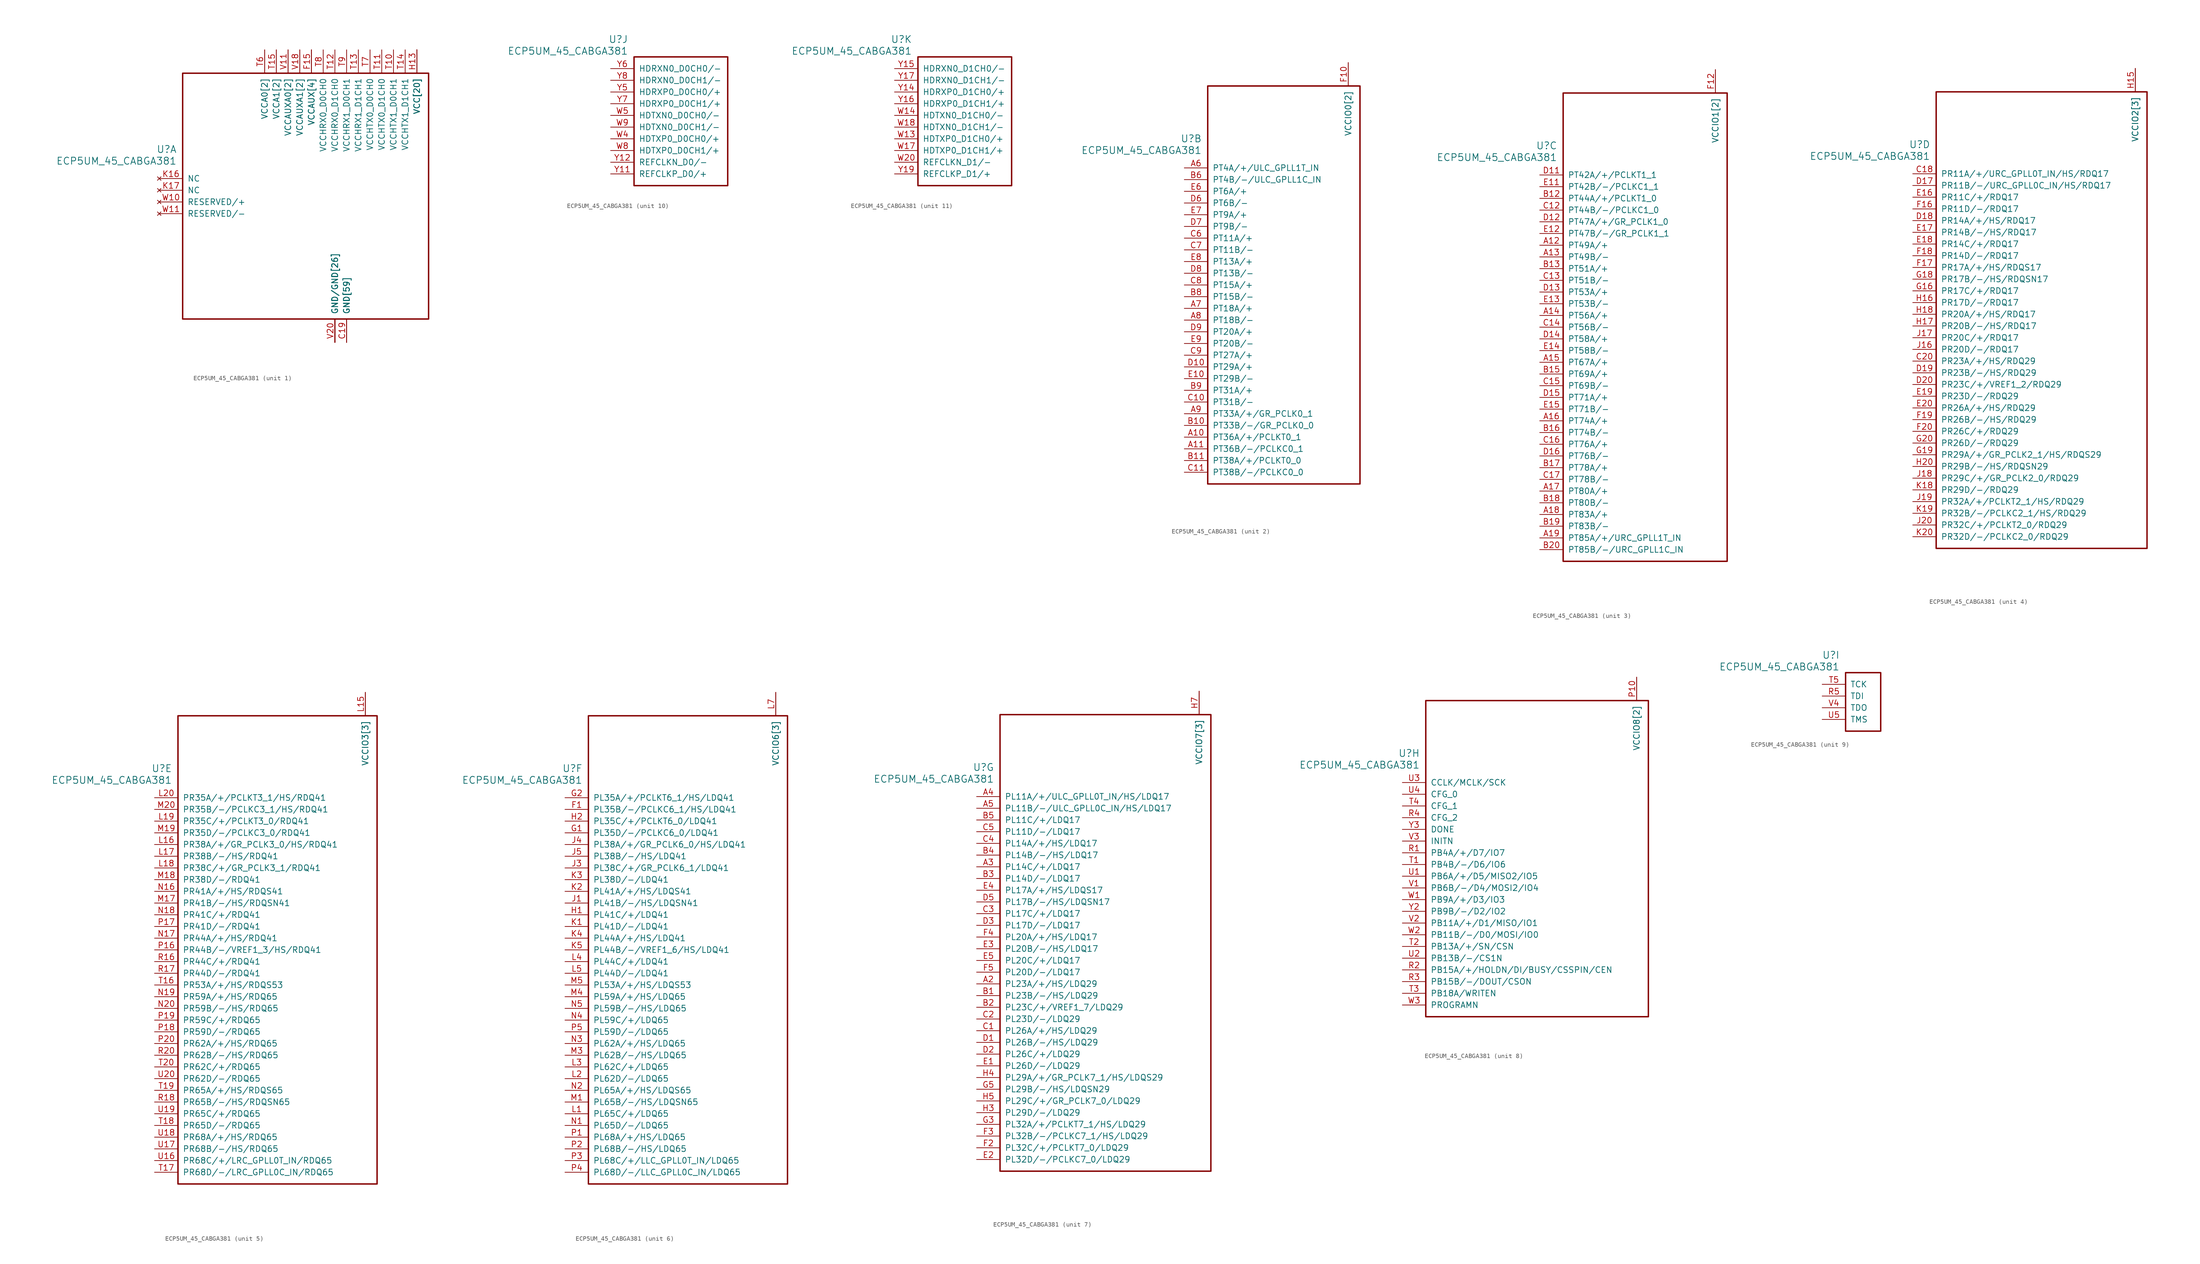
<source format=kicad_sym>
(kicad_symbol_lib
  (version 20241209)
  (generator "kicad_symbol_editor")
  (generator_version "9.0")
  (symbol "ECP5UM_45_CABGA381"
    (pin_names
      (offset 1.016))
    (property "Reference" "U"
      (at 3.81 6.35 0)
      (effects (font (size 1.524 1.524)) (justify right)))
    (property "Value" "ECP5UM_45_CABGA381"
      (at 3.81 3.81 0)
      (effects (font (size 1.524 1.524)) (justify right)))
    (property "ki_locked" ""
      (at 0 0 0)
      (effects (font (size 1.27 1.27))))
    (symbol "ECP5UM_45_CABGA381_1_1"
      (rectangle (start 5.08 22.86) (end 58.42 -30.48) (stroke (width 0.305) (type solid)) (fill (type none)))
      (pin no_connect line (at 0 0 0) (length 5.08) (name "NC" (effects (font (size 1.27 1.27)))) (number "K16" (effects (font (size 1.27 1.27)))))
      (pin no_connect line (at 0 -2.54 0) (length 5.08) (name "NC" (effects (font (size 1.27 1.27)))) (number "K17" (effects (font (size 1.27 1.27)))))
      (pin no_connect line (at 0 -5.08 0) (length 5.08) (name "RESERVED/+" (effects (font (size 1.27 1.27)))) (number "W10" (effects (font (size 1.27 1.27)))))
      (pin no_connect line (at 0 -7.62 0) (length 5.08) (name "RESERVED/-" (effects (font (size 1.27 1.27)))) (number "W11" (effects (font (size 1.27 1.27)))))
      (pin power_in line (at 22.86 27.94 270) (length 5.08) (name "VCCA0[2]" (effects (font (size 1.27 1.27)))) (number "T6" (effects (font (size 1.27 1.27)))))
      (pin power_in line (at 22.86 27.94 270) (length 5.08) (name "VCCA0[2]" (effects (font (size 1.27 1.27)))) (number "U6" (effects (font (size 0 0)))))
      (pin power_in line (at 25.4 27.94 270) (length 5.08) (name "VCCA1[2]" (effects (font (size 1.27 1.27)))) (number "T15" (effects (font (size 1.27 1.27)))))
      (pin power_in line (at 25.4 27.94 270) (length 5.08) (name "VCCA1[2]" (effects (font (size 1.27 1.27)))) (number "U15" (effects (font (size 0 0)))))
      (pin power_in line (at 27.94 27.94 270) (length 5.08) (name "VCCAUXA0[2]" (effects (font (size 1.27 1.27)))) (number "V10" (effects (font (size 0 0)))))
      (pin power_in line (at 27.94 27.94 270) (length 5.08) (name "VCCAUXA0[2]" (effects (font (size 1.27 1.27)))) (number "V11" (effects (font (size 1.27 1.27)))))
      (pin power_in line (at 30.48 27.94 270) (length 5.08) (name "VCCAUXA1[2]" (effects (font (size 1.27 1.27)))) (number "V17" (effects (font (size 0 0)))))
      (pin power_in line (at 30.48 27.94 270) (length 5.08) (name "VCCAUXA1[2]" (effects (font (size 1.27 1.27)))) (number "V18" (effects (font (size 1.27 1.27)))))
      (pin power_in line (at 33.02 27.94 270) (length 5.08) (name "VCCAUX[4]" (effects (font (size 1.27 1.27)))) (number "F15" (effects (font (size 1.27 1.27)))))
      (pin power_in line (at 33.02 27.94 270) (length 5.08) (name "VCCAUX[4]" (effects (font (size 1.27 1.27)))) (number "F6" (effects (font (size 0 0)))))
      (pin power_in line (at 33.02 27.94 270) (length 5.08) (name "VCCAUX[4]" (effects (font (size 1.27 1.27)))) (number "P15" (effects (font (size 0 0)))))
      (pin power_in line (at 33.02 27.94 270) (length 5.08) (name "VCCAUX[4]" (effects (font (size 1.27 1.27)))) (number "P6" (effects (font (size 0 0)))))
      (pin power_in line (at 35.56 27.94 270) (length 5.08) (name "VCCHRX0_D0CH0" (effects (font (size 1.27 1.27)))) (number "T8" (effects (font (size 1.27 1.27)))))
      (pin power_in line (at 38.1 27.94 270) (length 5.08) (name "VCCHRX0_D1CH0" (effects (font (size 1.27 1.27)))) (number "T12" (effects (font (size 1.27 1.27)))))
      (pin power_in line (at 38.1 -35.56 90) (length 5.08) (name "GND/GND[26]" (effects (font (size 1.27 1.27)))) (number "U10" (effects (font (size 0 0)))))
      (pin power_in line (at 38.1 -35.56 90) (length 5.08) (name "GND/GND[26]" (effects (font (size 1.27 1.27)))) (number "U11" (effects (font (size 0 0)))))
      (pin power_in line (at 38.1 -35.56 90) (length 5.08) (name "GND/GND[26]" (effects (font (size 1.27 1.27)))) (number "U12" (effects (font (size 0 0)))))
      (pin power_in line (at 38.1 -35.56 90) (length 5.08) (name "GND/GND[26]" (effects (font (size 1.27 1.27)))) (number "U13" (effects (font (size 0 0)))))
      (pin power_in line (at 38.1 -35.56 90) (length 5.08) (name "GND/GND[26]" (effects (font (size 1.27 1.27)))) (number "U14" (effects (font (size 0 0)))))
      (pin power_in line (at 38.1 -35.56 90) (length 5.08) (name "GND/GND[26]" (effects (font (size 1.27 1.27)))) (number "U7" (effects (font (size 0 0)))))
      (pin power_in line (at 38.1 -35.56 90) (length 5.08) (name "GND/GND[26]" (effects (font (size 1.27 1.27)))) (number "U8" (effects (font (size 0 0)))))
      (pin power_in line (at 38.1 -35.56 90) (length 5.08) (name "GND/GND[26]" (effects (font (size 1.27 1.27)))) (number "U9" (effects (font (size 0 0)))))
      (pin power_in line (at 38.1 -35.56 90) (length 5.08) (name "GND/GND[26]" (effects (font (size 1.27 1.27)))) (number "V12" (effects (font (size 0 0)))))
      (pin power_in line (at 38.1 -35.56 90) (length 5.08) (name "GND/GND[26]" (effects (font (size 1.27 1.27)))) (number "V13" (effects (font (size 0 0)))))
      (pin power_in line (at 38.1 -35.56 90) (length 5.08) (name "GND/GND[26]" (effects (font (size 1.27 1.27)))) (number "V14" (effects (font (size 0 0)))))
      (pin power_in line (at 38.1 -35.56 90) (length 5.08) (name "GND/GND[26]" (effects (font (size 1.27 1.27)))) (number "V15" (effects (font (size 0 0)))))
      (pin power_in line (at 38.1 -35.56 90) (length 5.08) (name "GND/GND[26]" (effects (font (size 1.27 1.27)))) (number "V16" (effects (font (size 0 0)))))
      (pin power_in line (at 38.1 -35.56 90) (length 5.08) (name "GND/GND[26]" (effects (font (size 1.27 1.27)))) (number "V19" (effects (font (size 0 0)))))
      (pin power_in line (at 38.1 -35.56 90) (length 5.08) (name "GND/GND[26]" (effects (font (size 1.27 1.27)))) (number "V20" (effects (font (size 1.27 1.27)))))
      (pin power_in line (at 38.1 -35.56 90) (length 5.08) (name "GND/GND[26]" (effects (font (size 1.27 1.27)))) (number "V5" (effects (font (size 0 0)))))
      (pin power_in line (at 38.1 -35.56 90) (length 5.08) (name "GND/GND[26]" (effects (font (size 1.27 1.27)))) (number "V6" (effects (font (size 0 0)))))
      (pin power_in line (at 38.1 -35.56 90) (length 5.08) (name "GND/GND[26]" (effects (font (size 1.27 1.27)))) (number "V7" (effects (font (size 0 0)))))
      (pin power_in line (at 38.1 -35.56 90) (length 5.08) (name "GND/GND[26]" (effects (font (size 1.27 1.27)))) (number "V8" (effects (font (size 0 0)))))
      (pin power_in line (at 38.1 -35.56 90) (length 5.08) (name "GND/GND[26]" (effects (font (size 1.27 1.27)))) (number "V9" (effects (font (size 0 0)))))
      (pin power_in line (at 38.1 -35.56 90) (length 5.08) (name "GND/GND[26]" (effects (font (size 1.27 1.27)))) (number "W12" (effects (font (size 0 0)))))
      (pin power_in line (at 38.1 -35.56 90) (length 5.08) (name "GND/GND[26]" (effects (font (size 1.27 1.27)))) (number "W15" (effects (font (size 0 0)))))
      (pin power_in line (at 38.1 -35.56 90) (length 5.08) (name "GND/GND[26]" (effects (font (size 1.27 1.27)))) (number "W16" (effects (font (size 0 0)))))
      (pin power_in line (at 38.1 -35.56 90) (length 5.08) (name "GND/GND[26]" (effects (font (size 1.27 1.27)))) (number "W19" (effects (font (size 0 0)))))
      (pin power_in line (at 38.1 -35.56 90) (length 5.08) (name "GND/GND[26]" (effects (font (size 1.27 1.27)))) (number "W6" (effects (font (size 0 0)))))
      (pin power_in line (at 38.1 -35.56 90) (length 5.08) (name "GND/GND[26]" (effects (font (size 1.27 1.27)))) (number "W7" (effects (font (size 0 0)))))
      (pin power_in line (at 40.64 27.94 270) (length 5.08) (name "VCCHRX1_D0CH1" (effects (font (size 1.27 1.27)))) (number "T9" (effects (font (size 1.27 1.27)))))
      (pin power_in line (at 40.64 -35.56 90) (length 5.08) (name "GND[59]" (effects (font (size 1.27 1.27)))) (number "B14" (effects (font (size 0 0)))))
      (pin power_in line (at 40.64 -35.56 90) (length 5.08) (name "GND[59]" (effects (font (size 1.27 1.27)))) (number "B7" (effects (font (size 0 0)))))
      (pin power_in line (at 40.64 -35.56 90) (length 5.08) (name "GND[59]" (effects (font (size 1.27 1.27)))) (number "C19" (effects (font (size 1.27 1.27)))))
      (pin power_in line (at 40.64 -35.56 90) (length 5.08) (name "GND[59]" (effects (font (size 1.27 1.27)))) (number "D4" (effects (font (size 0 0)))))
      (pin power_in line (at 40.64 -35.56 90) (length 5.08) (name "GND[59]" (effects (font (size 1.27 1.27)))) (number "F13" (effects (font (size 0 0)))))
      (pin power_in line (at 40.64 -35.56 90) (length 5.08) (name "GND[59]" (effects (font (size 1.27 1.27)))) (number "F14" (effects (font (size 0 0)))))
      (pin power_in line (at 40.64 -35.56 90) (length 5.08) (name "GND[59]" (effects (font (size 1.27 1.27)))) (number "F7" (effects (font (size 0 0)))))
      (pin power_in line (at 40.64 -35.56 90) (length 5.08) (name "GND[59]" (effects (font (size 1.27 1.27)))) (number "F8" (effects (font (size 0 0)))))
      (pin power_in line (at 40.64 -35.56 90) (length 5.08) (name "GND[59]" (effects (font (size 1.27 1.27)))) (number "G10" (effects (font (size 0 0)))))
      (pin power_in line (at 40.64 -35.56 90) (length 5.08) (name "GND[59]" (effects (font (size 1.27 1.27)))) (number "G11" (effects (font (size 0 0)))))
      (pin power_in line (at 40.64 -35.56 90) (length 5.08) (name "GND[59]" (effects (font (size 1.27 1.27)))) (number "G12" (effects (font (size 0 0)))))
      (pin power_in line (at 40.64 -35.56 90) (length 5.08) (name "GND[59]" (effects (font (size 1.27 1.27)))) (number "G13" (effects (font (size 0 0)))))
      (pin power_in line (at 40.64 -35.56 90) (length 5.08) (name "GND[59]" (effects (font (size 1.27 1.27)))) (number "G14" (effects (font (size 0 0)))))
      (pin power_in line (at 40.64 -35.56 90) (length 5.08) (name "GND[59]" (effects (font (size 1.27 1.27)))) (number "G15" (effects (font (size 0 0)))))
      (pin power_in line (at 40.64 -35.56 90) (length 5.08) (name "GND[59]" (effects (font (size 1.27 1.27)))) (number "G17" (effects (font (size 0 0)))))
      (pin power_in line (at 40.64 -35.56 90) (length 5.08) (name "GND[59]" (effects (font (size 1.27 1.27)))) (number "G4" (effects (font (size 0 0)))))
      (pin power_in line (at 40.64 -35.56 90) (length 5.08) (name "GND[59]" (effects (font (size 1.27 1.27)))) (number "G6" (effects (font (size 0 0)))))
      (pin power_in line (at 40.64 -35.56 90) (length 5.08) (name "GND[59]" (effects (font (size 1.27 1.27)))) (number "G7" (effects (font (size 0 0)))))
      (pin power_in line (at 40.64 -35.56 90) (length 5.08) (name "GND[59]" (effects (font (size 1.27 1.27)))) (number "G8" (effects (font (size 0 0)))))
      (pin power_in line (at 40.64 -35.56 90) (length 5.08) (name "GND[59]" (effects (font (size 1.27 1.27)))) (number "G9" (effects (font (size 0 0)))))
      (pin power_in line (at 40.64 -35.56 90) (length 5.08) (name "GND[59]" (effects (font (size 1.27 1.27)))) (number "H19" (effects (font (size 0 0)))))
      (pin power_in line (at 40.64 -35.56 90) (length 5.08) (name "GND[59]" (effects (font (size 1.27 1.27)))) (number "J10" (effects (font (size 0 0)))))
      (pin power_in line (at 40.64 -35.56 90) (length 5.08) (name "GND[59]" (effects (font (size 1.27 1.27)))) (number "J11" (effects (font (size 0 0)))))
      (pin power_in line (at 40.64 -35.56 90) (length 5.08) (name "GND[59]" (effects (font (size 1.27 1.27)))) (number "J12" (effects (font (size 0 0)))))
      (pin power_in line (at 40.64 -35.56 90) (length 5.08) (name "GND[59]" (effects (font (size 1.27 1.27)))) (number "J14" (effects (font (size 0 0)))))
      (pin power_in line (at 40.64 -35.56 90) (length 5.08) (name "GND[59]" (effects (font (size 1.27 1.27)))) (number "J2" (effects (font (size 0 0)))))
      (pin power_in line (at 40.64 -35.56 90) (length 5.08) (name "GND[59]" (effects (font (size 1.27 1.27)))) (number "J7" (effects (font (size 0 0)))))
      (pin power_in line (at 40.64 -35.56 90) (length 5.08) (name "GND[59]" (effects (font (size 1.27 1.27)))) (number "J9" (effects (font (size 0 0)))))
      (pin power_in line (at 40.64 -35.56 90) (length 5.08) (name "GND[59]" (effects (font (size 1.27 1.27)))) (number "K10" (effects (font (size 0 0)))))
      (pin power_in line (at 40.64 -35.56 90) (length 5.08) (name "GND[59]" (effects (font (size 1.27 1.27)))) (number "K11" (effects (font (size 0 0)))))
      (pin power_in line (at 40.64 -35.56 90) (length 5.08) (name "GND[59]" (effects (font (size 1.27 1.27)))) (number "K12" (effects (font (size 0 0)))))
      (pin power_in line (at 40.64 -35.56 90) (length 5.08) (name "GND[59]" (effects (font (size 1.27 1.27)))) (number "K14" (effects (font (size 0 0)))))
      (pin power_in line (at 40.64 -35.56 90) (length 5.08) (name "GND[59]" (effects (font (size 1.27 1.27)))) (number "K15" (effects (font (size 0 0)))))
      (pin power_in line (at 40.64 -35.56 90) (length 5.08) (name "GND[59]" (effects (font (size 1.27 1.27)))) (number "K6" (effects (font (size 0 0)))))
      (pin power_in line (at 40.64 -35.56 90) (length 5.08) (name "GND[59]" (effects (font (size 1.27 1.27)))) (number "K7" (effects (font (size 0 0)))))
      (pin power_in line (at 40.64 -35.56 90) (length 5.08) (name "GND[59]" (effects (font (size 1.27 1.27)))) (number "K9" (effects (font (size 0 0)))))
      (pin power_in line (at 40.64 -35.56 90) (length 5.08) (name "GND[59]" (effects (font (size 1.27 1.27)))) (number "L10" (effects (font (size 0 0)))))
      (pin power_in line (at 40.64 -35.56 90) (length 5.08) (name "GND[59]" (effects (font (size 1.27 1.27)))) (number "L11" (effects (font (size 0 0)))))
      (pin power_in line (at 40.64 -35.56 90) (length 5.08) (name "GND[59]" (effects (font (size 1.27 1.27)))) (number "L12" (effects (font (size 0 0)))))
      (pin power_in line (at 40.64 -35.56 90) (length 5.08) (name "GND[59]" (effects (font (size 1.27 1.27)))) (number "L9" (effects (font (size 0 0)))))
      (pin power_in line (at 40.64 -35.56 90) (length 5.08) (name "GND[59]" (effects (font (size 1.27 1.27)))) (number "M10" (effects (font (size 0 0)))))
      (pin power_in line (at 40.64 -35.56 90) (length 5.08) (name "GND[59]" (effects (font (size 1.27 1.27)))) (number "M11" (effects (font (size 0 0)))))
      (pin power_in line (at 40.64 -35.56 90) (length 5.08) (name "GND[59]" (effects (font (size 1.27 1.27)))) (number "M12" (effects (font (size 0 0)))))
      (pin power_in line (at 40.64 -35.56 90) (length 5.08) (name "GND[59]" (effects (font (size 1.27 1.27)))) (number "M14" (effects (font (size 0 0)))))
      (pin power_in line (at 40.64 -35.56 90) (length 5.08) (name "GND[59]" (effects (font (size 1.27 1.27)))) (number "M16" (effects (font (size 0 0)))))
      (pin power_in line (at 40.64 -35.56 90) (length 5.08) (name "GND[59]" (effects (font (size 1.27 1.27)))) (number "M2" (effects (font (size 0 0)))))
      (pin power_in line (at 40.64 -35.56 90) (length 5.08) (name "GND[59]" (effects (font (size 1.27 1.27)))) (number "M7" (effects (font (size 0 0)))))
      (pin power_in line (at 40.64 -35.56 90) (length 5.08) (name "GND[59]" (effects (font (size 1.27 1.27)))) (number "M9" (effects (font (size 0 0)))))
      (pin power_in line (at 40.64 -35.56 90) (length 5.08) (name "GND[59]" (effects (font (size 1.27 1.27)))) (number "N14" (effects (font (size 0 0)))))
      (pin power_in line (at 40.64 -35.56 90) (length 5.08) (name "GND[59]" (effects (font (size 1.27 1.27)))) (number "N15" (effects (font (size 0 0)))))
      (pin power_in line (at 40.64 -35.56 90) (length 5.08) (name "GND[59]" (effects (font (size 1.27 1.27)))) (number "N6" (effects (font (size 0 0)))))
      (pin power_in line (at 40.64 -35.56 90) (length 5.08) (name "GND[59]" (effects (font (size 1.27 1.27)))) (number "N7" (effects (font (size 0 0)))))
      (pin power_in line (at 40.64 -35.56 90) (length 5.08) (name "GND[59]" (effects (font (size 1.27 1.27)))) (number "P11" (effects (font (size 0 0)))))
      (pin power_in line (at 40.64 -35.56 90) (length 5.08) (name "GND[59]" (effects (font (size 1.27 1.27)))) (number "P12" (effects (font (size 0 0)))))
      (pin power_in line (at 40.64 -35.56 90) (length 5.08) (name "GND[59]" (effects (font (size 1.27 1.27)))) (number "P13" (effects (font (size 0 0)))))
      (pin power_in line (at 40.64 -35.56 90) (length 5.08) (name "GND[59]" (effects (font (size 1.27 1.27)))) (number "P14" (effects (font (size 0 0)))))
      (pin power_in line (at 40.64 -35.56 90) (length 5.08) (name "GND[59]" (effects (font (size 1.27 1.27)))) (number "P7" (effects (font (size 0 0)))))
      (pin power_in line (at 40.64 -35.56 90) (length 5.08) (name "GND[59]" (effects (font (size 1.27 1.27)))) (number "P8" (effects (font (size 0 0)))))
      (pin power_in line (at 40.64 -35.56 90) (length 5.08) (name "GND[59]" (effects (font (size 1.27 1.27)))) (number "R19" (effects (font (size 0 0)))))
      (pin power_in line (at 43.18 27.94 270) (length 5.08) (name "VCCHRX1_D1CH1" (effects (font (size 1.27 1.27)))) (number "T13" (effects (font (size 1.27 1.27)))))
      (pin power_in line (at 45.72 27.94 270) (length 5.08) (name "VCCHTX0_D0CH0" (effects (font (size 1.27 1.27)))) (number "T7" (effects (font (size 1.27 1.27)))))
      (pin power_in line (at 48.26 27.94 270) (length 5.08) (name "VCCHTX0_D1CH0" (effects (font (size 1.27 1.27)))) (number "T11" (effects (font (size 1.27 1.27)))))
      (pin power_in line (at 50.8 27.94 270) (length 5.08) (name "VCCHTX1_D0CH1" (effects (font (size 1.27 1.27)))) (number "T10" (effects (font (size 1.27 1.27)))))
      (pin power_in line (at 53.34 27.94 270) (length 5.08) (name "VCCHTX1_D1CH1" (effects (font (size 1.27 1.27)))) (number "T14" (effects (font (size 1.27 1.27)))))
      (pin power_in line (at 55.88 27.94 270) (length 5.08) (name "VCC[20]" (effects (font (size 1.27 1.27)))) (number "H10" (effects (font (size 0 0)))))
      (pin power_in line (at 55.88 27.94 270) (length 5.08) (name "VCC[20]" (effects (font (size 1.27 1.27)))) (number "H11" (effects (font (size 0 0)))))
      (pin power_in line (at 55.88 27.94 270) (length 5.08) (name "VCC[20]" (effects (font (size 1.27 1.27)))) (number "H12" (effects (font (size 0 0)))))
      (pin power_in line (at 55.88 27.94 270) (length 5.08) (name "VCC[20]" (effects (font (size 1.27 1.27)))) (number "H13" (effects (font (size 1.27 1.27)))))
      (pin power_in line (at 55.88 27.94 270) (length 5.08) (name "VCC[20]" (effects (font (size 1.27 1.27)))) (number "H8" (effects (font (size 0 0)))))
      (pin power_in line (at 55.88 27.94 270) (length 5.08) (name "VCC[20]" (effects (font (size 1.27 1.27)))) (number "H9" (effects (font (size 0 0)))))
      (pin power_in line (at 55.88 27.94 270) (length 5.08) (name "VCC[20]" (effects (font (size 1.27 1.27)))) (number "J13" (effects (font (size 0 0)))))
      (pin power_in line (at 55.88 27.94 270) (length 5.08) (name "VCC[20]" (effects (font (size 1.27 1.27)))) (number "J8" (effects (font (size 0 0)))))
      (pin power_in line (at 55.88 27.94 270) (length 5.08) (name "VCC[20]" (effects (font (size 1.27 1.27)))) (number "K13" (effects (font (size 0 0)))))
      (pin power_in line (at 55.88 27.94 270) (length 5.08) (name "VCC[20]" (effects (font (size 1.27 1.27)))) (number "K8" (effects (font (size 0 0)))))
      (pin power_in line (at 55.88 27.94 270) (length 5.08) (name "VCC[20]" (effects (font (size 1.27 1.27)))) (number "L13" (effects (font (size 0 0)))))
      (pin power_in line (at 55.88 27.94 270) (length 5.08) (name "VCC[20]" (effects (font (size 1.27 1.27)))) (number "L8" (effects (font (size 0 0)))))
      (pin power_in line (at 55.88 27.94 270) (length 5.08) (name "VCC[20]" (effects (font (size 1.27 1.27)))) (number "M13" (effects (font (size 0 0)))))
      (pin power_in line (at 55.88 27.94 270) (length 5.08) (name "VCC[20]" (effects (font (size 1.27 1.27)))) (number "M8" (effects (font (size 0 0)))))
      (pin power_in line (at 55.88 27.94 270) (length 5.08) (name "VCC[20]" (effects (font (size 1.27 1.27)))) (number "N10" (effects (font (size 0 0)))))
      (pin power_in line (at 55.88 27.94 270) (length 5.08) (name "VCC[20]" (effects (font (size 1.27 1.27)))) (number "N11" (effects (font (size 0 0)))))
      (pin power_in line (at 55.88 27.94 270) (length 5.08) (name "VCC[20]" (effects (font (size 1.27 1.27)))) (number "N12" (effects (font (size 0 0)))))
      (pin power_in line (at 55.88 27.94 270) (length 5.08) (name "VCC[20]" (effects (font (size 1.27 1.27)))) (number "N13" (effects (font (size 0 0)))))
      (pin power_in line (at 55.88 27.94 270) (length 5.08) (name "VCC[20]" (effects (font (size 1.27 1.27)))) (number "N8" (effects (font (size 0 0)))))
      (pin power_in line (at 55.88 27.94 270) (length 5.08) (name "VCC[20]" (effects (font (size 1.27 1.27)))) (number "N9" (effects (font (size 0 0))))))
    (symbol "ECP5UM_45_CABGA381_2_1"
      (rectangle (start 5.08 17.78) (end 38.1 -68.58) (stroke (width 0.305) (type solid)) (fill (type none)))
      (pin bidirectional line (at 0 0 0) (length 5.08) (name "PT4A/+/ULC_GPLL1T_IN" (effects (font (size 1.27 1.27)))) (number "A6" (effects (font (size 1.27 1.27)))))
      (pin bidirectional line (at 0 -2.54 0) (length 5.08) (name "PT4B/-/ULC_GPLL1C_IN" (effects (font (size 1.27 1.27)))) (number "B6" (effects (font (size 1.27 1.27)))))
      (pin bidirectional line (at 0 -5.08 0) (length 5.08) (name "PT6A/+" (effects (font (size 1.27 1.27)))) (number "E6" (effects (font (size 1.27 1.27)))))
      (pin bidirectional line (at 0 -7.62 0) (length 5.08) (name "PT6B/-" (effects (font (size 1.27 1.27)))) (number "D6" (effects (font (size 1.27 1.27)))))
      (pin bidirectional line (at 0 -10.16 0) (length 5.08) (name "PT9A/+" (effects (font (size 1.27 1.27)))) (number "E7" (effects (font (size 1.27 1.27)))))
      (pin bidirectional line (at 0 -12.7 0) (length 5.08) (name "PT9B/-" (effects (font (size 1.27 1.27)))) (number "D7" (effects (font (size 1.27 1.27)))))
      (pin bidirectional line (at 0 -15.24 0) (length 5.08) (name "PT11A/+" (effects (font (size 1.27 1.27)))) (number "C6" (effects (font (size 1.27 1.27)))))
      (pin bidirectional line (at 0 -17.78 0) (length 5.08) (name "PT11B/-" (effects (font (size 1.27 1.27)))) (number "C7" (effects (font (size 1.27 1.27)))))
      (pin bidirectional line (at 0 -20.32 0) (length 5.08) (name "PT13A/+" (effects (font (size 1.27 1.27)))) (number "E8" (effects (font (size 1.27 1.27)))))
      (pin bidirectional line (at 0 -22.86 0) (length 5.08) (name "PT13B/-" (effects (font (size 1.27 1.27)))) (number "D8" (effects (font (size 1.27 1.27)))))
      (pin bidirectional line (at 0 -25.4 0) (length 5.08) (name "PT15A/+" (effects (font (size 1.27 1.27)))) (number "C8" (effects (font (size 1.27 1.27)))))
      (pin bidirectional line (at 0 -27.94 0) (length 5.08) (name "PT15B/-" (effects (font (size 1.27 1.27)))) (number "B8" (effects (font (size 1.27 1.27)))))
      (pin bidirectional line (at 0 -30.48 0) (length 5.08) (name "PT18A/+" (effects (font (size 1.27 1.27)))) (number "A7" (effects (font (size 1.27 1.27)))))
      (pin bidirectional line (at 0 -33.02 0) (length 5.08) (name "PT18B/-" (effects (font (size 1.27 1.27)))) (number "A8" (effects (font (size 1.27 1.27)))))
      (pin bidirectional line (at 0 -35.56 0) (length 5.08) (name "PT20A/+" (effects (font (size 1.27 1.27)))) (number "D9" (effects (font (size 1.27 1.27)))))
      (pin bidirectional line (at 0 -38.1 0) (length 5.08) (name "PT20B/-" (effects (font (size 1.27 1.27)))) (number "E9" (effects (font (size 1.27 1.27)))))
      (pin bidirectional line (at 0 -40.64 0) (length 5.08) (name "PT27A/+" (effects (font (size 1.27 1.27)))) (number "C9" (effects (font (size 1.27 1.27)))))
      (pin bidirectional line (at 0 -43.18 0) (length 5.08) (name "PT29A/+" (effects (font (size 1.27 1.27)))) (number "D10" (effects (font (size 1.27 1.27)))))
      (pin bidirectional line (at 0 -45.72 0) (length 5.08) (name "PT29B/-" (effects (font (size 1.27 1.27)))) (number "E10" (effects (font (size 1.27 1.27)))))
      (pin bidirectional line (at 0 -48.26 0) (length 5.08) (name "PT31A/+" (effects (font (size 1.27 1.27)))) (number "B9" (effects (font (size 1.27 1.27)))))
      (pin bidirectional line (at 0 -50.8 0) (length 5.08) (name "PT31B/-" (effects (font (size 1.27 1.27)))) (number "C10" (effects (font (size 1.27 1.27)))))
      (pin bidirectional line (at 0 -53.34 0) (length 5.08) (name "PT33A/+/GR_PCLK0_1" (effects (font (size 1.27 1.27)))) (number "A9" (effects (font (size 1.27 1.27)))))
      (pin bidirectional line (at 0 -55.88 0) (length 5.08) (name "PT33B/-/GR_PCLK0_0" (effects (font (size 1.27 1.27)))) (number "B10" (effects (font (size 1.27 1.27)))))
      (pin bidirectional line (at 0 -58.42 0) (length 5.08) (name "PT36A/+/PCLKT0_1" (effects (font (size 1.27 1.27)))) (number "A10" (effects (font (size 1.27 1.27)))))
      (pin bidirectional line (at 0 -60.96 0) (length 5.08) (name "PT36B/-/PCLKC0_1" (effects (font (size 1.27 1.27)))) (number "A11" (effects (font (size 1.27 1.27)))))
      (pin bidirectional line (at 0 -63.5 0) (length 5.08) (name "PT38A/+/PCLKT0_0" (effects (font (size 1.27 1.27)))) (number "B11" (effects (font (size 1.27 1.27)))))
      (pin bidirectional line (at 0 -66.04 0) (length 5.08) (name "PT38B/-/PCLKC0_0" (effects (font (size 1.27 1.27)))) (number "C11" (effects (font (size 1.27 1.27)))))
      (pin power_in line (at 35.56 22.86 270) (length 5.08) (name "VCCIO0[2]" (effects (font (size 1.27 1.27)))) (number "F10" (effects (font (size 1.27 1.27)))))
      (pin power_in line (at 35.56 22.86 270) (length 5.08) (name "VCCIO0[2]" (effects (font (size 1.27 1.27)))) (number "F9" (effects (font (size 0 0))))))
    (symbol "ECP5UM_45_CABGA381_3_1"
      (rectangle (start 5.08 17.78) (end 40.64 -83.82) (stroke (width 0.305) (type solid)) (fill (type none)))
      (pin bidirectional line (at 0 0 0) (length 5.08) (name "PT42A/+/PCLKT1_1" (effects (font (size 1.27 1.27)))) (number "D11" (effects (font (size 1.27 1.27)))))
      (pin bidirectional line (at 0 -2.54 0) (length 5.08) (name "PT42B/-/PCLKC1_1" (effects (font (size 1.27 1.27)))) (number "E11" (effects (font (size 1.27 1.27)))))
      (pin bidirectional line (at 0 -5.08 0) (length 5.08) (name "PT44A/+/PCLKT1_0" (effects (font (size 1.27 1.27)))) (number "B12" (effects (font (size 1.27 1.27)))))
      (pin bidirectional line (at 0 -7.62 0) (length 5.08) (name "PT44B/-/PCLKC1_0" (effects (font (size 1.27 1.27)))) (number "C12" (effects (font (size 1.27 1.27)))))
      (pin bidirectional line (at 0 -10.16 0) (length 5.08) (name "PT47A/+/GR_PCLK1_0" (effects (font (size 1.27 1.27)))) (number "D12" (effects (font (size 1.27 1.27)))))
      (pin bidirectional line (at 0 -12.7 0) (length 5.08) (name "PT47B/-/GR_PCLK1_1" (effects (font (size 1.27 1.27)))) (number "E12" (effects (font (size 1.27 1.27)))))
      (pin bidirectional line (at 0 -15.24 0) (length 5.08) (name "PT49A/+" (effects (font (size 1.27 1.27)))) (number "A12" (effects (font (size 1.27 1.27)))))
      (pin bidirectional line (at 0 -17.78 0) (length 5.08) (name "PT49B/-" (effects (font (size 1.27 1.27)))) (number "A13" (effects (font (size 1.27 1.27)))))
      (pin bidirectional line (at 0 -20.32 0) (length 5.08) (name "PT51A/+" (effects (font (size 1.27 1.27)))) (number "B13" (effects (font (size 1.27 1.27)))))
      (pin bidirectional line (at 0 -22.86 0) (length 5.08) (name "PT51B/-" (effects (font (size 1.27 1.27)))) (number "C13" (effects (font (size 1.27 1.27)))))
      (pin bidirectional line (at 0 -25.4 0) (length 5.08) (name "PT53A/+" (effects (font (size 1.27 1.27)))) (number "D13" (effects (font (size 1.27 1.27)))))
      (pin bidirectional line (at 0 -27.94 0) (length 5.08) (name "PT53B/-" (effects (font (size 1.27 1.27)))) (number "E13" (effects (font (size 1.27 1.27)))))
      (pin bidirectional line (at 0 -30.48 0) (length 5.08) (name "PT56A/+" (effects (font (size 1.27 1.27)))) (number "A14" (effects (font (size 1.27 1.27)))))
      (pin bidirectional line (at 0 -33.02 0) (length 5.08) (name "PT56B/-" (effects (font (size 1.27 1.27)))) (number "C14" (effects (font (size 1.27 1.27)))))
      (pin bidirectional line (at 0 -35.56 0) (length 5.08) (name "PT58A/+" (effects (font (size 1.27 1.27)))) (number "D14" (effects (font (size 1.27 1.27)))))
      (pin bidirectional line (at 0 -38.1 0) (length 5.08) (name "PT58B/-" (effects (font (size 1.27 1.27)))) (number "E14" (effects (font (size 1.27 1.27)))))
      (pin bidirectional line (at 0 -40.64 0) (length 5.08) (name "PT67A/+" (effects (font (size 1.27 1.27)))) (number "A15" (effects (font (size 1.27 1.27)))))
      (pin bidirectional line (at 0 -43.18 0) (length 5.08) (name "PT69A/+" (effects (font (size 1.27 1.27)))) (number "B15" (effects (font (size 1.27 1.27)))))
      (pin bidirectional line (at 0 -45.72 0) (length 5.08) (name "PT69B/-" (effects (font (size 1.27 1.27)))) (number "C15" (effects (font (size 1.27 1.27)))))
      (pin bidirectional line (at 0 -48.26 0) (length 5.08) (name "PT71A/+" (effects (font (size 1.27 1.27)))) (number "D15" (effects (font (size 1.27 1.27)))))
      (pin bidirectional line (at 0 -50.8 0) (length 5.08) (name "PT71B/-" (effects (font (size 1.27 1.27)))) (number "E15" (effects (font (size 1.27 1.27)))))
      (pin bidirectional line (at 0 -53.34 0) (length 5.08) (name "PT74A/+" (effects (font (size 1.27 1.27)))) (number "A16" (effects (font (size 1.27 1.27)))))
      (pin bidirectional line (at 0 -55.88 0) (length 5.08) (name "PT74B/-" (effects (font (size 1.27 1.27)))) (number "B16" (effects (font (size 1.27 1.27)))))
      (pin bidirectional line (at 0 -58.42 0) (length 5.08) (name "PT76A/+" (effects (font (size 1.27 1.27)))) (number "C16" (effects (font (size 1.27 1.27)))))
      (pin bidirectional line (at 0 -60.96 0) (length 5.08) (name "PT76B/-" (effects (font (size 1.27 1.27)))) (number "D16" (effects (font (size 1.27 1.27)))))
      (pin bidirectional line (at 0 -63.5 0) (length 5.08) (name "PT78A/+" (effects (font (size 1.27 1.27)))) (number "B17" (effects (font (size 1.27 1.27)))))
      (pin bidirectional line (at 0 -66.04 0) (length 5.08) (name "PT78B/-" (effects (font (size 1.27 1.27)))) (number "C17" (effects (font (size 1.27 1.27)))))
      (pin bidirectional line (at 0 -68.58 0) (length 5.08) (name "PT80A/+" (effects (font (size 1.27 1.27)))) (number "A17" (effects (font (size 1.27 1.27)))))
      (pin bidirectional line (at 0 -71.12 0) (length 5.08) (name "PT80B/-" (effects (font (size 1.27 1.27)))) (number "B18" (effects (font (size 1.27 1.27)))))
      (pin bidirectional line (at 0 -73.66 0) (length 5.08) (name "PT83A/+" (effects (font (size 1.27 1.27)))) (number "A18" (effects (font (size 1.27 1.27)))))
      (pin bidirectional line (at 0 -76.2 0) (length 5.08) (name "PT83B/-" (effects (font (size 1.27 1.27)))) (number "B19" (effects (font (size 1.27 1.27)))))
      (pin bidirectional line (at 0 -78.74 0) (length 5.08) (name "PT85A/+/URC_GPLL1T_IN" (effects (font (size 1.27 1.27)))) (number "A19" (effects (font (size 1.27 1.27)))))
      (pin bidirectional line (at 0 -81.28 0) (length 5.08) (name "PT85B/-/URC_GPLL1C_IN" (effects (font (size 1.27 1.27)))) (number "B20" (effects (font (size 1.27 1.27)))))
      (pin power_in line (at 38.1 22.86 270) (length 5.08) (name "VCCIO1[2]" (effects (font (size 1.27 1.27)))) (number "F11" (effects (font (size 0 0)))))
      (pin power_in line (at 38.1 22.86 270) (length 5.08) (name "VCCIO1[2]" (effects (font (size 1.27 1.27)))) (number "F12" (effects (font (size 1.27 1.27))))))
    (symbol "ECP5UM_45_CABGA381_4_1"
      (rectangle (start 5.08 17.78) (end 50.8 -81.28) (stroke (width 0.305) (type solid)) (fill (type none)))
      (pin bidirectional line (at 0 0 0) (length 5.08) (name "PR11A/+/URC_GPLL0T_IN/HS/RDQ17" (effects (font (size 1.27 1.27)))) (number "C18" (effects (font (size 1.27 1.27)))))
      (pin bidirectional line (at 0 -2.54 0) (length 5.08) (name "PR11B/-/URC_GPLL0C_IN/HS/RDQ17" (effects (font (size 1.27 1.27)))) (number "D17" (effects (font (size 1.27 1.27)))))
      (pin bidirectional line (at 0 -5.08 0) (length 5.08) (name "PR11C/+/RDQ17" (effects (font (size 1.27 1.27)))) (number "E16" (effects (font (size 1.27 1.27)))))
      (pin bidirectional line (at 0 -7.62 0) (length 5.08) (name "PR11D/-/RDQ17" (effects (font (size 1.27 1.27)))) (number "F16" (effects (font (size 1.27 1.27)))))
      (pin bidirectional line (at 0 -10.16 0) (length 5.08) (name "PR14A/+/HS/RDQ17" (effects (font (size 1.27 1.27)))) (number "D18" (effects (font (size 1.27 1.27)))))
      (pin bidirectional line (at 0 -12.7 0) (length 5.08) (name "PR14B/-/HS/RDQ17" (effects (font (size 1.27 1.27)))) (number "E17" (effects (font (size 1.27 1.27)))))
      (pin bidirectional line (at 0 -15.24 0) (length 5.08) (name "PR14C/+/RDQ17" (effects (font (size 1.27 1.27)))) (number "E18" (effects (font (size 1.27 1.27)))))
      (pin bidirectional line (at 0 -17.78 0) (length 5.08) (name "PR14D/-/RDQ17" (effects (font (size 1.27 1.27)))) (number "F18" (effects (font (size 1.27 1.27)))))
      (pin bidirectional line (at 0 -20.32 0) (length 5.08) (name "PR17A/+/HS/RDQS17" (effects (font (size 1.27 1.27)))) (number "F17" (effects (font (size 1.27 1.27)))))
      (pin bidirectional line (at 0 -22.86 0) (length 5.08) (name "PR17B/-/HS/RDQSN17" (effects (font (size 1.27 1.27)))) (number "G18" (effects (font (size 1.27 1.27)))))
      (pin bidirectional line (at 0 -25.4 0) (length 5.08) (name "PR17C/+/RDQ17" (effects (font (size 1.27 1.27)))) (number "G16" (effects (font (size 1.27 1.27)))))
      (pin bidirectional line (at 0 -27.94 0) (length 5.08) (name "PR17D/-/RDQ17" (effects (font (size 1.27 1.27)))) (number "H16" (effects (font (size 1.27 1.27)))))
      (pin bidirectional line (at 0 -30.48 0) (length 5.08) (name "PR20A/+/HS/RDQ17" (effects (font (size 1.27 1.27)))) (number "H18" (effects (font (size 1.27 1.27)))))
      (pin bidirectional line (at 0 -33.02 0) (length 5.08) (name "PR20B/-/HS/RDQ17" (effects (font (size 1.27 1.27)))) (number "H17" (effects (font (size 1.27 1.27)))))
      (pin bidirectional line (at 0 -35.56 0) (length 5.08) (name "PR20C/+/RDQ17" (effects (font (size 1.27 1.27)))) (number "J17" (effects (font (size 1.27 1.27)))))
      (pin bidirectional line (at 0 -38.1 0) (length 5.08) (name "PR20D/-/RDQ17" (effects (font (size 1.27 1.27)))) (number "J16" (effects (font (size 1.27 1.27)))))
      (pin bidirectional line (at 0 -40.64 0) (length 5.08) (name "PR23A/+/HS/RDQ29" (effects (font (size 1.27 1.27)))) (number "C20" (effects (font (size 1.27 1.27)))))
      (pin bidirectional line (at 0 -43.18 0) (length 5.08) (name "PR23B/-/HS/RDQ29" (effects (font (size 1.27 1.27)))) (number "D19" (effects (font (size 1.27 1.27)))))
      (pin bidirectional line (at 0 -45.72 0) (length 5.08) (name "PR23C/+/VREF1_2/RDQ29" (effects (font (size 1.27 1.27)))) (number "D20" (effects (font (size 1.27 1.27)))))
      (pin bidirectional line (at 0 -48.26 0) (length 5.08) (name "PR23D/-/RDQ29" (effects (font (size 1.27 1.27)))) (number "E19" (effects (font (size 1.27 1.27)))))
      (pin bidirectional line (at 0 -50.8 0) (length 5.08) (name "PR26A/+/HS/RDQ29" (effects (font (size 1.27 1.27)))) (number "E20" (effects (font (size 1.27 1.27)))))
      (pin bidirectional line (at 0 -53.34 0) (length 5.08) (name "PR26B/-/HS/RDQ29" (effects (font (size 1.27 1.27)))) (number "F19" (effects (font (size 1.27 1.27)))))
      (pin bidirectional line (at 0 -55.88 0) (length 5.08) (name "PR26C/+/RDQ29" (effects (font (size 1.27 1.27)))) (number "F20" (effects (font (size 1.27 1.27)))))
      (pin bidirectional line (at 0 -58.42 0) (length 5.08) (name "PR26D/-/RDQ29" (effects (font (size 1.27 1.27)))) (number "G20" (effects (font (size 1.27 1.27)))))
      (pin bidirectional line (at 0 -60.96 0) (length 5.08) (name "PR29A/+/GR_PCLK2_1/HS/RDQS29" (effects (font (size 1.27 1.27)))) (number "G19" (effects (font (size 1.27 1.27)))))
      (pin bidirectional line (at 0 -63.5 0) (length 5.08) (name "PR29B/-/HS/RDQSN29" (effects (font (size 1.27 1.27)))) (number "H20" (effects (font (size 1.27 1.27)))))
      (pin bidirectional line (at 0 -66.04 0) (length 5.08) (name "PR29C/+/GR_PCLK2_0/RDQ29" (effects (font (size 1.27 1.27)))) (number "J18" (effects (font (size 1.27 1.27)))))
      (pin bidirectional line (at 0 -68.58 0) (length 5.08) (name "PR29D/-/RDQ29" (effects (font (size 1.27 1.27)))) (number "K18" (effects (font (size 1.27 1.27)))))
      (pin bidirectional line (at 0 -71.12 0) (length 5.08) (name "PR32A/+/PCLKT2_1/HS/RDQ29" (effects (font (size 1.27 1.27)))) (number "J19" (effects (font (size 1.27 1.27)))))
      (pin bidirectional line (at 0 -73.66 0) (length 5.08) (name "PR32B/-/PCLKC2_1/HS/RDQ29" (effects (font (size 1.27 1.27)))) (number "K19" (effects (font (size 1.27 1.27)))))
      (pin bidirectional line (at 0 -76.2 0) (length 5.08) (name "PR32C/+/PCLKT2_0/RDQ29" (effects (font (size 1.27 1.27)))) (number "J20" (effects (font (size 1.27 1.27)))))
      (pin bidirectional line (at 0 -78.74 0) (length 5.08) (name "PR32D/-/PCLKC2_0/RDQ29" (effects (font (size 1.27 1.27)))) (number "K20" (effects (font (size 1.27 1.27)))))
      (pin power_in line (at 48.26 22.86 270) (length 5.08) (name "VCCIO2[3]" (effects (font (size 1.27 1.27)))) (number "H14" (effects (font (size 0 0)))))
      (pin power_in line (at 48.26 22.86 270) (length 5.08) (name "VCCIO2[3]" (effects (font (size 1.27 1.27)))) (number "H15" (effects (font (size 1.27 1.27)))))
      (pin power_in line (at 48.26 22.86 270) (length 5.08) (name "VCCIO2[3]" (effects (font (size 1.27 1.27)))) (number "J15" (effects (font (size 0 0))))))
    (symbol "ECP5UM_45_CABGA381_5_1"
      (rectangle (start 5.08 17.78) (end 48.26 -83.82) (stroke (width 0.305) (type solid)) (fill (type none)))
      (pin bidirectional line (at 0 0 0) (length 5.08) (name "PR35A/+/PCLKT3_1/HS/RDQ41" (effects (font (size 1.27 1.27)))) (number "L20" (effects (font (size 1.27 1.27)))))
      (pin bidirectional line (at 0 -2.54 0) (length 5.08) (name "PR35B/-/PCLKC3_1/HS/RDQ41" (effects (font (size 1.27 1.27)))) (number "M20" (effects (font (size 1.27 1.27)))))
      (pin bidirectional line (at 0 -5.08 0) (length 5.08) (name "PR35C/+/PCLKT3_0/RDQ41" (effects (font (size 1.27 1.27)))) (number "L19" (effects (font (size 1.27 1.27)))))
      (pin bidirectional line (at 0 -7.62 0) (length 5.08) (name "PR35D/-/PCLKC3_0/RDQ41" (effects (font (size 1.27 1.27)))) (number "M19" (effects (font (size 1.27 1.27)))))
      (pin bidirectional line (at 0 -10.16 0) (length 5.08) (name "PR38A/+/GR_PCLK3_0/HS/RDQ41" (effects (font (size 1.27 1.27)))) (number "L16" (effects (font (size 1.27 1.27)))))
      (pin bidirectional line (at 0 -12.7 0) (length 5.08) (name "PR38B/-/HS/RDQ41" (effects (font (size 1.27 1.27)))) (number "L17" (effects (font (size 1.27 1.27)))))
      (pin bidirectional line (at 0 -15.24 0) (length 5.08) (name "PR38C/+/GR_PCLK3_1/RDQ41" (effects (font (size 1.27 1.27)))) (number "L18" (effects (font (size 1.27 1.27)))))
      (pin bidirectional line (at 0 -17.78 0) (length 5.08) (name "PR38D/-/RDQ41" (effects (font (size 1.27 1.27)))) (number "M18" (effects (font (size 1.27 1.27)))))
      (pin bidirectional line (at 0 -20.32 0) (length 5.08) (name "PR41A/+/HS/RDQS41" (effects (font (size 1.27 1.27)))) (number "N16" (effects (font (size 1.27 1.27)))))
      (pin bidirectional line (at 0 -22.86 0) (length 5.08) (name "PR41B/-/HS/RDQSN41" (effects (font (size 1.27 1.27)))) (number "M17" (effects (font (size 1.27 1.27)))))
      (pin bidirectional line (at 0 -25.4 0) (length 5.08) (name "PR41C/+/RDQ41" (effects (font (size 1.27 1.27)))) (number "N18" (effects (font (size 1.27 1.27)))))
      (pin bidirectional line (at 0 -27.94 0) (length 5.08) (name "PR41D/-/RDQ41" (effects (font (size 1.27 1.27)))) (number "P17" (effects (font (size 1.27 1.27)))))
      (pin bidirectional line (at 0 -30.48 0) (length 5.08) (name "PR44A/+/HS/RDQ41" (effects (font (size 1.27 1.27)))) (number "N17" (effects (font (size 1.27 1.27)))))
      (pin bidirectional line (at 0 -33.02 0) (length 5.08) (name "PR44B/-/VREF1_3/HS/RDQ41" (effects (font (size 1.27 1.27)))) (number "P16" (effects (font (size 1.27 1.27)))))
      (pin bidirectional line (at 0 -35.56 0) (length 5.08) (name "PR44C/+/RDQ41" (effects (font (size 1.27 1.27)))) (number "R16" (effects (font (size 1.27 1.27)))))
      (pin bidirectional line (at 0 -38.1 0) (length 5.08) (name "PR44D/-/RDQ41" (effects (font (size 1.27 1.27)))) (number "R17" (effects (font (size 1.27 1.27)))))
      (pin bidirectional line (at 0 -40.64 0) (length 5.08) (name "PR53A/+/HS/RDQS53" (effects (font (size 1.27 1.27)))) (number "T16" (effects (font (size 1.27 1.27)))))
      (pin bidirectional line (at 0 -43.18 0) (length 5.08) (name "PR59A/+/HS/RDQ65" (effects (font (size 1.27 1.27)))) (number "N19" (effects (font (size 1.27 1.27)))))
      (pin bidirectional line (at 0 -45.72 0) (length 5.08) (name "PR59B/-/HS/RDQ65" (effects (font (size 1.27 1.27)))) (number "N20" (effects (font (size 1.27 1.27)))))
      (pin bidirectional line (at 0 -48.26 0) (length 5.08) (name "PR59C/+/RDQ65" (effects (font (size 1.27 1.27)))) (number "P19" (effects (font (size 1.27 1.27)))))
      (pin bidirectional line (at 0 -50.8 0) (length 5.08) (name "PR59D/-/RDQ65" (effects (font (size 1.27 1.27)))) (number "P18" (effects (font (size 1.27 1.27)))))
      (pin bidirectional line (at 0 -53.34 0) (length 5.08) (name "PR62A/+/HS/RDQ65" (effects (font (size 1.27 1.27)))) (number "P20" (effects (font (size 1.27 1.27)))))
      (pin bidirectional line (at 0 -55.88 0) (length 5.08) (name "PR62B/-/HS/RDQ65" (effects (font (size 1.27 1.27)))) (number "R20" (effects (font (size 1.27 1.27)))))
      (pin bidirectional line (at 0 -58.42 0) (length 5.08) (name "PR62C/+/RDQ65" (effects (font (size 1.27 1.27)))) (number "T20" (effects (font (size 1.27 1.27)))))
      (pin bidirectional line (at 0 -60.96 0) (length 5.08) (name "PR62D/-/RDQ65" (effects (font (size 1.27 1.27)))) (number "U20" (effects (font (size 1.27 1.27)))))
      (pin bidirectional line (at 0 -63.5 0) (length 5.08) (name "PR65A/+/HS/RDQS65" (effects (font (size 1.27 1.27)))) (number "T19" (effects (font (size 1.27 1.27)))))
      (pin bidirectional line (at 0 -66.04 0) (length 5.08) (name "PR65B/-/HS/RDQSN65" (effects (font (size 1.27 1.27)))) (number "R18" (effects (font (size 1.27 1.27)))))
      (pin bidirectional line (at 0 -68.58 0) (length 5.08) (name "PR65C/+/RDQ65" (effects (font (size 1.27 1.27)))) (number "U19" (effects (font (size 1.27 1.27)))))
      (pin bidirectional line (at 0 -71.12 0) (length 5.08) (name "PR65D/-/RDQ65" (effects (font (size 1.27 1.27)))) (number "T18" (effects (font (size 1.27 1.27)))))
      (pin bidirectional line (at 0 -73.66 0) (length 5.08) (name "PR68A/+/HS/RDQ65" (effects (font (size 1.27 1.27)))) (number "U18" (effects (font (size 1.27 1.27)))))
      (pin bidirectional line (at 0 -76.2 0) (length 5.08) (name "PR68B/-/HS/RDQ65" (effects (font (size 1.27 1.27)))) (number "U17" (effects (font (size 1.27 1.27)))))
      (pin bidirectional line (at 0 -78.74 0) (length 5.08) (name "PR68C/+/LRC_GPLL0T_IN/RDQ65" (effects (font (size 1.27 1.27)))) (number "U16" (effects (font (size 1.27 1.27)))))
      (pin bidirectional line (at 0 -81.28 0) (length 5.08) (name "PR68D/-/LRC_GPLL0C_IN/RDQ65" (effects (font (size 1.27 1.27)))) (number "T17" (effects (font (size 1.27 1.27)))))
      (pin power_in line (at 45.72 22.86 270) (length 5.08) (name "VCCIO3[3]" (effects (font (size 1.27 1.27)))) (number "L14" (effects (font (size 0 0)))))
      (pin power_in line (at 45.72 22.86 270) (length 5.08) (name "VCCIO3[3]" (effects (font (size 1.27 1.27)))) (number "L15" (effects (font (size 1.27 1.27)))))
      (pin power_in line (at 45.72 22.86 270) (length 5.08) (name "VCCIO3[3]" (effects (font (size 1.27 1.27)))) (number "M15" (effects (font (size 0 0))))))
    (symbol "ECP5UM_45_CABGA381_6_1"
      (rectangle (start 5.08 17.78) (end 48.26 -83.82) (stroke (width 0.305) (type solid)) (fill (type none)))
      (pin bidirectional line (at 0 0 0) (length 5.08) (name "PL35A/+/PCLKT6_1/HS/LDQ41" (effects (font (size 1.27 1.27)))) (number "G2" (effects (font (size 1.27 1.27)))))
      (pin bidirectional line (at 0 -2.54 0) (length 5.08) (name "PL35B/-/PCLKC6_1/HS/LDQ41" (effects (font (size 1.27 1.27)))) (number "F1" (effects (font (size 1.27 1.27)))))
      (pin bidirectional line (at 0 -5.08 0) (length 5.08) (name "PL35C/+/PCLKT6_0/LDQ41" (effects (font (size 1.27 1.27)))) (number "H2" (effects (font (size 1.27 1.27)))))
      (pin bidirectional line (at 0 -7.62 0) (length 5.08) (name "PL35D/-/PCLKC6_0/LDQ41" (effects (font (size 1.27 1.27)))) (number "G1" (effects (font (size 1.27 1.27)))))
      (pin bidirectional line (at 0 -10.16 0) (length 5.08) (name "PL38A/+/GR_PCLK6_0/HS/LDQ41" (effects (font (size 1.27 1.27)))) (number "J4" (effects (font (size 1.27 1.27)))))
      (pin bidirectional line (at 0 -12.7 0) (length 5.08) (name "PL38B/-/HS/LDQ41" (effects (font (size 1.27 1.27)))) (number "J5" (effects (font (size 1.27 1.27)))))
      (pin bidirectional line (at 0 -15.24 0) (length 5.08) (name "PL38C/+/GR_PCLK6_1/LDQ41" (effects (font (size 1.27 1.27)))) (number "J3" (effects (font (size 1.27 1.27)))))
      (pin bidirectional line (at 0 -17.78 0) (length 5.08) (name "PL38D/-/LDQ41" (effects (font (size 1.27 1.27)))) (number "K3" (effects (font (size 1.27 1.27)))))
      (pin bidirectional line (at 0 -20.32 0) (length 5.08) (name "PL41A/+/HS/LDQS41" (effects (font (size 1.27 1.27)))) (number "K2" (effects (font (size 1.27 1.27)))))
      (pin bidirectional line (at 0 -22.86 0) (length 5.08) (name "PL41B/-/HS/LDQSN41" (effects (font (size 1.27 1.27)))) (number "J1" (effects (font (size 1.27 1.27)))))
      (pin bidirectional line (at 0 -25.4 0) (length 5.08) (name "PL41C/+/LDQ41" (effects (font (size 1.27 1.27)))) (number "H1" (effects (font (size 1.27 1.27)))))
      (pin bidirectional line (at 0 -27.94 0) (length 5.08) (name "PL41D/-/LDQ41" (effects (font (size 1.27 1.27)))) (number "K1" (effects (font (size 1.27 1.27)))))
      (pin bidirectional line (at 0 -30.48 0) (length 5.08) (name "PL44A/+/HS/LDQ41" (effects (font (size 1.27 1.27)))) (number "K4" (effects (font (size 1.27 1.27)))))
      (pin bidirectional line (at 0 -33.02 0) (length 5.08) (name "PL44B/-/VREF1_6/HS/LDQ41" (effects (font (size 1.27 1.27)))) (number "K5" (effects (font (size 1.27 1.27)))))
      (pin bidirectional line (at 0 -35.56 0) (length 5.08) (name "PL44C/+/LDQ41" (effects (font (size 1.27 1.27)))) (number "L4" (effects (font (size 1.27 1.27)))))
      (pin bidirectional line (at 0 -38.1 0) (length 5.08) (name "PL44D/-/LDQ41" (effects (font (size 1.27 1.27)))) (number "L5" (effects (font (size 1.27 1.27)))))
      (pin bidirectional line (at 0 -40.64 0) (length 5.08) (name "PL53A/+/HS/LDQS53" (effects (font (size 1.27 1.27)))) (number "M5" (effects (font (size 1.27 1.27)))))
      (pin bidirectional line (at 0 -43.18 0) (length 5.08) (name "PL59A/+/HS/LDQ65" (effects (font (size 1.27 1.27)))) (number "M4" (effects (font (size 1.27 1.27)))))
      (pin bidirectional line (at 0 -45.72 0) (length 5.08) (name "PL59B/-/HS/LDQ65" (effects (font (size 1.27 1.27)))) (number "N5" (effects (font (size 1.27 1.27)))))
      (pin bidirectional line (at 0 -48.26 0) (length 5.08) (name "PL59C/+/LDQ65" (effects (font (size 1.27 1.27)))) (number "N4" (effects (font (size 1.27 1.27)))))
      (pin bidirectional line (at 0 -50.8 0) (length 5.08) (name "PL59D/-/LDQ65" (effects (font (size 1.27 1.27)))) (number "P5" (effects (font (size 1.27 1.27)))))
      (pin bidirectional line (at 0 -53.34 0) (length 5.08) (name "PL62A/+/HS/LDQ65" (effects (font (size 1.27 1.27)))) (number "N3" (effects (font (size 1.27 1.27)))))
      (pin bidirectional line (at 0 -55.88 0) (length 5.08) (name "PL62B/-/HS/LDQ65" (effects (font (size 1.27 1.27)))) (number "M3" (effects (font (size 1.27 1.27)))))
      (pin bidirectional line (at 0 -58.42 0) (length 5.08) (name "PL62C/+/LDQ65" (effects (font (size 1.27 1.27)))) (number "L3" (effects (font (size 1.27 1.27)))))
      (pin bidirectional line (at 0 -60.96 0) (length 5.08) (name "PL62D/-/LDQ65" (effects (font (size 1.27 1.27)))) (number "L2" (effects (font (size 1.27 1.27)))))
      (pin bidirectional line (at 0 -63.5 0) (length 5.08) (name "PL65A/+/HS/LDQS65" (effects (font (size 1.27 1.27)))) (number "N2" (effects (font (size 1.27 1.27)))))
      (pin bidirectional line (at 0 -66.04 0) (length 5.08) (name "PL65B/-/HS/LDQSN65" (effects (font (size 1.27 1.27)))) (number "M1" (effects (font (size 1.27 1.27)))))
      (pin bidirectional line (at 0 -68.58 0) (length 5.08) (name "PL65C/+/LDQ65" (effects (font (size 1.27 1.27)))) (number "L1" (effects (font (size 1.27 1.27)))))
      (pin bidirectional line (at 0 -71.12 0) (length 5.08) (name "PL65D/-/LDQ65" (effects (font (size 1.27 1.27)))) (number "N1" (effects (font (size 1.27 1.27)))))
      (pin bidirectional line (at 0 -73.66 0) (length 5.08) (name "PL68A/+/HS/LDQ65" (effects (font (size 1.27 1.27)))) (number "P1" (effects (font (size 1.27 1.27)))))
      (pin bidirectional line (at 0 -76.2 0) (length 5.08) (name "PL68B/-/HS/LDQ65" (effects (font (size 1.27 1.27)))) (number "P2" (effects (font (size 1.27 1.27)))))
      (pin bidirectional line (at 0 -78.74 0) (length 5.08) (name "PL68C/+/LLC_GPLL0T_IN/LDQ65" (effects (font (size 1.27 1.27)))) (number "P3" (effects (font (size 1.27 1.27)))))
      (pin bidirectional line (at 0 -81.28 0) (length 5.08) (name "PL68D/-/LLC_GPLL0C_IN/LDQ65" (effects (font (size 1.27 1.27)))) (number "P4" (effects (font (size 1.27 1.27)))))
      (pin power_in line (at 45.72 22.86 270) (length 5.08) (name "VCCIO6[3]" (effects (font (size 1.27 1.27)))) (number "L6" (effects (font (size 0 0)))))
      (pin power_in line (at 45.72 22.86 270) (length 5.08) (name "VCCIO6[3]" (effects (font (size 1.27 1.27)))) (number "L7" (effects (font (size 1.27 1.27)))))
      (pin power_in line (at 45.72 22.86 270) (length 5.08) (name "VCCIO6[3]" (effects (font (size 1.27 1.27)))) (number "M6" (effects (font (size 0 0))))))
    (symbol "ECP5UM_45_CABGA381_7_1"
      (rectangle (start 5.08 17.78) (end 50.8 -81.28) (stroke (width 0.305) (type solid)) (fill (type none)))
      (pin bidirectional line (at 0 0 0) (length 5.08) (name "PL11A/+/ULC_GPLL0T_IN/HS/LDQ17" (effects (font (size 1.27 1.27)))) (number "A4" (effects (font (size 1.27 1.27)))))
      (pin bidirectional line (at 0 -2.54 0) (length 5.08) (name "PL11B/-/ULC_GPLL0C_IN/HS/LDQ17" (effects (font (size 1.27 1.27)))) (number "A5" (effects (font (size 1.27 1.27)))))
      (pin bidirectional line (at 0 -5.08 0) (length 5.08) (name "PL11C/+/LDQ17" (effects (font (size 1.27 1.27)))) (number "B5" (effects (font (size 1.27 1.27)))))
      (pin bidirectional line (at 0 -7.62 0) (length 5.08) (name "PL11D/-/LDQ17" (effects (font (size 1.27 1.27)))) (number "C5" (effects (font (size 1.27 1.27)))))
      (pin bidirectional line (at 0 -10.16 0) (length 5.08) (name "PL14A/+/HS/LDQ17" (effects (font (size 1.27 1.27)))) (number "C4" (effects (font (size 1.27 1.27)))))
      (pin bidirectional line (at 0 -12.7 0) (length 5.08) (name "PL14B/-/HS/LDQ17" (effects (font (size 1.27 1.27)))) (number "B4" (effects (font (size 1.27 1.27)))))
      (pin bidirectional line (at 0 -15.24 0) (length 5.08) (name "PL14C/+/LDQ17" (effects (font (size 1.27 1.27)))) (number "A3" (effects (font (size 1.27 1.27)))))
      (pin bidirectional line (at 0 -17.78 0) (length 5.08) (name "PL14D/-/LDQ17" (effects (font (size 1.27 1.27)))) (number "B3" (effects (font (size 1.27 1.27)))))
      (pin bidirectional line (at 0 -20.32 0) (length 5.08) (name "PL17A/+/HS/LDQS17" (effects (font (size 1.27 1.27)))) (number "E4" (effects (font (size 1.27 1.27)))))
      (pin bidirectional line (at 0 -22.86 0) (length 5.08) (name "PL17B/-/HS/LDQSN17" (effects (font (size 1.27 1.27)))) (number "D5" (effects (font (size 1.27 1.27)))))
      (pin bidirectional line (at 0 -25.4 0) (length 5.08) (name "PL17C/+/LDQ17" (effects (font (size 1.27 1.27)))) (number "C3" (effects (font (size 1.27 1.27)))))
      (pin bidirectional line (at 0 -27.94 0) (length 5.08) (name "PL17D/-/LDQ17" (effects (font (size 1.27 1.27)))) (number "D3" (effects (font (size 1.27 1.27)))))
      (pin bidirectional line (at 0 -30.48 0) (length 5.08) (name "PL20A/+/HS/LDQ17" (effects (font (size 1.27 1.27)))) (number "F4" (effects (font (size 1.27 1.27)))))
      (pin bidirectional line (at 0 -33.02 0) (length 5.08) (name "PL20B/-/HS/LDQ17" (effects (font (size 1.27 1.27)))) (number "E3" (effects (font (size 1.27 1.27)))))
      (pin bidirectional line (at 0 -35.56 0) (length 5.08) (name "PL20C/+/LDQ17" (effects (font (size 1.27 1.27)))) (number "E5" (effects (font (size 1.27 1.27)))))
      (pin bidirectional line (at 0 -38.1 0) (length 5.08) (name "PL20D/-/LDQ17" (effects (font (size 1.27 1.27)))) (number "F5" (effects (font (size 1.27 1.27)))))
      (pin bidirectional line (at 0 -40.64 0) (length 5.08) (name "PL23A/+/HS/LDQ29" (effects (font (size 1.27 1.27)))) (number "A2" (effects (font (size 1.27 1.27)))))
      (pin bidirectional line (at 0 -43.18 0) (length 5.08) (name "PL23B/-/HS/LDQ29" (effects (font (size 1.27 1.27)))) (number "B1" (effects (font (size 1.27 1.27)))))
      (pin bidirectional line (at 0 -45.72 0) (length 5.08) (name "PL23C/+/VREF1_7/LDQ29" (effects (font (size 1.27 1.27)))) (number "B2" (effects (font (size 1.27 1.27)))))
      (pin bidirectional line (at 0 -48.26 0) (length 5.08) (name "PL23D/-/LDQ29" (effects (font (size 1.27 1.27)))) (number "C2" (effects (font (size 1.27 1.27)))))
      (pin bidirectional line (at 0 -50.8 0) (length 5.08) (name "PL26A/+/HS/LDQ29" (effects (font (size 1.27 1.27)))) (number "C1" (effects (font (size 1.27 1.27)))))
      (pin bidirectional line (at 0 -53.34 0) (length 5.08) (name "PL26B/-/HS/LDQ29" (effects (font (size 1.27 1.27)))) (number "D1" (effects (font (size 1.27 1.27)))))
      (pin bidirectional line (at 0 -55.88 0) (length 5.08) (name "PL26C/+/LDQ29" (effects (font (size 1.27 1.27)))) (number "D2" (effects (font (size 1.27 1.27)))))
      (pin bidirectional line (at 0 -58.42 0) (length 5.08) (name "PL26D/-/LDQ29" (effects (font (size 1.27 1.27)))) (number "E1" (effects (font (size 1.27 1.27)))))
      (pin bidirectional line (at 0 -60.96 0) (length 5.08) (name "PL29A/+/GR_PCLK7_1/HS/LDQS29" (effects (font (size 1.27 1.27)))) (number "H4" (effects (font (size 1.27 1.27)))))
      (pin bidirectional line (at 0 -63.5 0) (length 5.08) (name "PL29B/-/HS/LDQSN29" (effects (font (size 1.27 1.27)))) (number "G5" (effects (font (size 1.27 1.27)))))
      (pin bidirectional line (at 0 -66.04 0) (length 5.08) (name "PL29C/+/GR_PCLK7_0/LDQ29" (effects (font (size 1.27 1.27)))) (number "H5" (effects (font (size 1.27 1.27)))))
      (pin bidirectional line (at 0 -68.58 0) (length 5.08) (name "PL29D/-/LDQ29" (effects (font (size 1.27 1.27)))) (number "H3" (effects (font (size 1.27 1.27)))))
      (pin bidirectional line (at 0 -71.12 0) (length 5.08) (name "PL32A/+/PCLKT7_1/HS/LDQ29" (effects (font (size 1.27 1.27)))) (number "G3" (effects (font (size 1.27 1.27)))))
      (pin bidirectional line (at 0 -73.66 0) (length 5.08) (name "PL32B/-/PCLKC7_1/HS/LDQ29" (effects (font (size 1.27 1.27)))) (number "F3" (effects (font (size 1.27 1.27)))))
      (pin bidirectional line (at 0 -76.2 0) (length 5.08) (name "PL32C/+/PCLKT7_0/LDQ29" (effects (font (size 1.27 1.27)))) (number "F2" (effects (font (size 1.27 1.27)))))
      (pin bidirectional line (at 0 -78.74 0) (length 5.08) (name "PL32D/-/PCLKC7_0/LDQ29" (effects (font (size 1.27 1.27)))) (number "E2" (effects (font (size 1.27 1.27)))))
      (pin power_in line (at 48.26 22.86 270) (length 5.08) (name "VCCIO7[3]" (effects (font (size 1.27 1.27)))) (number "H6" (effects (font (size 0 0)))))
      (pin power_in line (at 48.26 22.86 270) (length 5.08) (name "VCCIO7[3]" (effects (font (size 1.27 1.27)))) (number "H7" (effects (font (size 1.27 1.27)))))
      (pin power_in line (at 48.26 22.86 270) (length 5.08) (name "VCCIO7[3]" (effects (font (size 1.27 1.27)))) (number "J6" (effects (font (size 0 0))))))
    (symbol "ECP5UM_45_CABGA381_8_1"
      (rectangle (start 5.08 17.78) (end 53.34 -50.8) (stroke (width 0.305) (type solid)) (fill (type none)))
      (pin bidirectional line (at 0 0 0) (length 5.08) (name "CCLK/MCLK/SCK" (effects (font (size 1.27 1.27)))) (number "U3" (effects (font (size 1.27 1.27)))))
      (pin bidirectional line (at 0 -2.54 0) (length 5.08) (name "CFG_0" (effects (font (size 1.27 1.27)))) (number "U4" (effects (font (size 1.27 1.27)))))
      (pin bidirectional line (at 0 -5.08 0) (length 5.08) (name "CFG_1" (effects (font (size 1.27 1.27)))) (number "T4" (effects (font (size 1.27 1.27)))))
      (pin bidirectional line (at 0 -7.62 0) (length 5.08) (name "CFG_2" (effects (font (size 1.27 1.27)))) (number "R4" (effects (font (size 1.27 1.27)))))
      (pin bidirectional line (at 0 -10.16 0) (length 5.08) (name "DONE" (effects (font (size 1.27 1.27)))) (number "Y3" (effects (font (size 1.27 1.27)))))
      (pin bidirectional line (at 0 -12.7 0) (length 5.08) (name "INITN" (effects (font (size 1.27 1.27)))) (number "V3" (effects (font (size 1.27 1.27)))))
      (pin bidirectional line (at 0 -15.24 0) (length 5.08) (name "PB4A/+/D7/IO7" (effects (font (size 1.27 1.27)))) (number "R1" (effects (font (size 1.27 1.27)))))
      (pin bidirectional line (at 0 -17.78 0) (length 5.08) (name "PB4B/-/D6/IO6" (effects (font (size 1.27 1.27)))) (number "T1" (effects (font (size 1.27 1.27)))))
      (pin bidirectional line (at 0 -20.32 0) (length 5.08) (name "PB6A/+/D5/MISO2/IO5" (effects (font (size 1.27 1.27)))) (number "U1" (effects (font (size 1.27 1.27)))))
      (pin bidirectional line (at 0 -22.86 0) (length 5.08) (name "PB6B/-/D4/MOSI2/IO4" (effects (font (size 1.27 1.27)))) (number "V1" (effects (font (size 1.27 1.27)))))
      (pin bidirectional line (at 0 -25.4 0) (length 5.08) (name "PB9A/+/D3/IO3" (effects (font (size 1.27 1.27)))) (number "W1" (effects (font (size 1.27 1.27)))))
      (pin bidirectional line (at 0 -27.94 0) (length 5.08) (name "PB9B/-/D2/IO2" (effects (font (size 1.27 1.27)))) (number "Y2" (effects (font (size 1.27 1.27)))))
      (pin bidirectional line (at 0 -30.48 0) (length 5.08) (name "PB11A/+/D1/MISO/IO1" (effects (font (size 1.27 1.27)))) (number "V2" (effects (font (size 1.27 1.27)))))
      (pin bidirectional line (at 0 -33.02 0) (length 5.08) (name "PB11B/-/D0/MOSI/IO0" (effects (font (size 1.27 1.27)))) (number "W2" (effects (font (size 1.27 1.27)))))
      (pin bidirectional line (at 0 -35.56 0) (length 5.08) (name "PB13A/+/SN/CSN" (effects (font (size 1.27 1.27)))) (number "T2" (effects (font (size 1.27 1.27)))))
      (pin bidirectional line (at 0 -38.1 0) (length 5.08) (name "PB13B/-/CS1N" (effects (font (size 1.27 1.27)))) (number "U2" (effects (font (size 1.27 1.27)))))
      (pin bidirectional line (at 0 -40.64 0) (length 5.08) (name "PB15A/+/HOLDN/DI/BUSY/CSSPIN/CEN" (effects (font (size 1.27 1.27)))) (number "R2" (effects (font (size 1.27 1.27)))))
      (pin bidirectional line (at 0 -43.18 0) (length 5.08) (name "PB15B/-/DOUT/CSON" (effects (font (size 1.27 1.27)))) (number "R3" (effects (font (size 1.27 1.27)))))
      (pin bidirectional line (at 0 -45.72 0) (length 5.08) (name "PB18A/WRITEN" (effects (font (size 1.27 1.27)))) (number "T3" (effects (font (size 1.27 1.27)))))
      (pin bidirectional line (at 0 -48.26 0) (length 5.08) (name "PROGRAMN" (effects (font (size 1.27 1.27)))) (number "W3" (effects (font (size 1.27 1.27)))))
      (pin power_in line (at 50.8 22.86 270) (length 5.08) (name "VCCIO8[2]" (effects (font (size 1.27 1.27)))) (number "P10" (effects (font (size 1.27 1.27)))))
      (pin power_in line (at 50.8 22.86 270) (length 5.08) (name "VCCIO8[2]" (effects (font (size 1.27 1.27)))) (number "P9" (effects (font (size 0 0))))))
    (symbol "ECP5UM_45_CABGA381_9_1"
      (rectangle (start 5.08 2.54) (end 12.7 -10.16) (stroke (width 0.305) (type solid)) (fill (type none)))
      (pin bidirectional line (at 0 0 0) (length 5.08) (name "TCK" (effects (font (size 1.27 1.27)))) (number "T5" (effects (font (size 1.27 1.27)))))
      (pin bidirectional line (at 0 -2.54 0) (length 5.08) (name "TDI" (effects (font (size 1.27 1.27)))) (number "R5" (effects (font (size 1.27 1.27)))))
      (pin bidirectional line (at 0 -5.08 0) (length 5.08) (name "TDO" (effects (font (size 1.27 1.27)))) (number "V4" (effects (font (size 1.27 1.27)))))
      (pin bidirectional line (at 0 -7.62 0) (length 5.08) (name "TMS" (effects (font (size 1.27 1.27)))) (number "U5" (effects (font (size 1.27 1.27))))))
    (symbol "ECP5UM_45_CABGA381_10_1"
      (rectangle (start 5.08 2.54) (end 25.4 -25.4) (stroke (width 0.305) (type solid)) (fill (type none)))
      (pin bidirectional line (at 0 0 0) (length 5.08) (name "HDRXN0_D0CH0/-" (effects (font (size 1.27 1.27)))) (number "Y6" (effects (font (size 1.27 1.27)))))
      (pin bidirectional line (at 0 -2.54 0) (length 5.08) (name "HDRXN0_D0CH1/-" (effects (font (size 1.27 1.27)))) (number "Y8" (effects (font (size 1.27 1.27)))))
      (pin bidirectional line (at 0 -5.08 0) (length 5.08) (name "HDRXP0_D0CH0/+" (effects (font (size 1.27 1.27)))) (number "Y5" (effects (font (size 1.27 1.27)))))
      (pin bidirectional line (at 0 -7.62 0) (length 5.08) (name "HDRXP0_D0CH1/+" (effects (font (size 1.27 1.27)))) (number "Y7" (effects (font (size 1.27 1.27)))))
      (pin bidirectional line (at 0 -10.16 0) (length 5.08) (name "HDTXN0_D0CH0/-" (effects (font (size 1.27 1.27)))) (number "W5" (effects (font (size 1.27 1.27)))))
      (pin bidirectional line (at 0 -12.7 0) (length 5.08) (name "HDTXN0_D0CH1/-" (effects (font (size 1.27 1.27)))) (number "W9" (effects (font (size 1.27 1.27)))))
      (pin bidirectional line (at 0 -15.24 0) (length 5.08) (name "HDTXP0_D0CH0/+" (effects (font (size 1.27 1.27)))) (number "W4" (effects (font (size 1.27 1.27)))))
      (pin bidirectional line (at 0 -17.78 0) (length 5.08) (name "HDTXP0_D0CH1/+" (effects (font (size 1.27 1.27)))) (number "W8" (effects (font (size 1.27 1.27)))))
      (pin bidirectional line (at 0 -20.32 0) (length 5.08) (name "REFCLKN_D0/-" (effects (font (size 1.27 1.27)))) (number "Y12" (effects (font (size 1.27 1.27)))))
      (pin bidirectional line (at 0 -22.86 0) (length 5.08) (name "REFCLKP_D0/+" (effects (font (size 1.27 1.27)))) (number "Y11" (effects (font (size 1.27 1.27))))))
    (symbol "ECP5UM_45_CABGA381_11_1"
      (rectangle (start 5.08 2.54) (end 25.4 -25.4) (stroke (width 0.305) (type solid)) (fill (type none)))
      (pin bidirectional line (at 0 0 0) (length 5.08) (name "HDRXN0_D1CH0/-" (effects (font (size 1.27 1.27)))) (number "Y15" (effects (font (size 1.27 1.27)))))
      (pin bidirectional line (at 0 -2.54 0) (length 5.08) (name "HDRXN0_D1CH1/-" (effects (font (size 1.27 1.27)))) (number "Y17" (effects (font (size 1.27 1.27)))))
      (pin bidirectional line (at 0 -5.08 0) (length 5.08) (name "HDRXP0_D1CH0/+" (effects (font (size 1.27 1.27)))) (number "Y14" (effects (font (size 1.27 1.27)))))
      (pin bidirectional line (at 0 -7.62 0) (length 5.08) (name "HDRXP0_D1CH1/+" (effects (font (size 1.27 1.27)))) (number "Y16" (effects (font (size 1.27 1.27)))))
      (pin bidirectional line (at 0 -10.16 0) (length 5.08) (name "HDTXN0_D1CH0/-" (effects (font (size 1.27 1.27)))) (number "W14" (effects (font (size 1.27 1.27)))))
      (pin bidirectional line (at 0 -12.7 0) (length 5.08) (name "HDTXN0_D1CH1/-" (effects (font (size 1.27 1.27)))) (number "W18" (effects (font (size 1.27 1.27)))))
      (pin bidirectional line (at 0 -15.24 0) (length 5.08) (name "HDTXP0_D1CH0/+" (effects (font (size 1.27 1.27)))) (number "W13" (effects (font (size 1.27 1.27)))))
      (pin bidirectional line (at 0 -17.78 0) (length 5.08) (name "HDTXP0_D1CH1/+" (effects (font (size 1.27 1.27)))) (number "W17" (effects (font (size 1.27 1.27)))))
      (pin bidirectional line (at 0 -20.32 0) (length 5.08) (name "REFCLKN_D1/-" (effects (font (size 1.27 1.27)))) (number "W20" (effects (font (size 1.27 1.27)))))
      (pin bidirectional line (at 0 -22.86 0) (length 5.08) (name "REFCLKP_D1/+" (effects (font (size 1.27 1.27)))) (number "Y19" (effects (font (size 1.27 1.27))))))))
</source>
